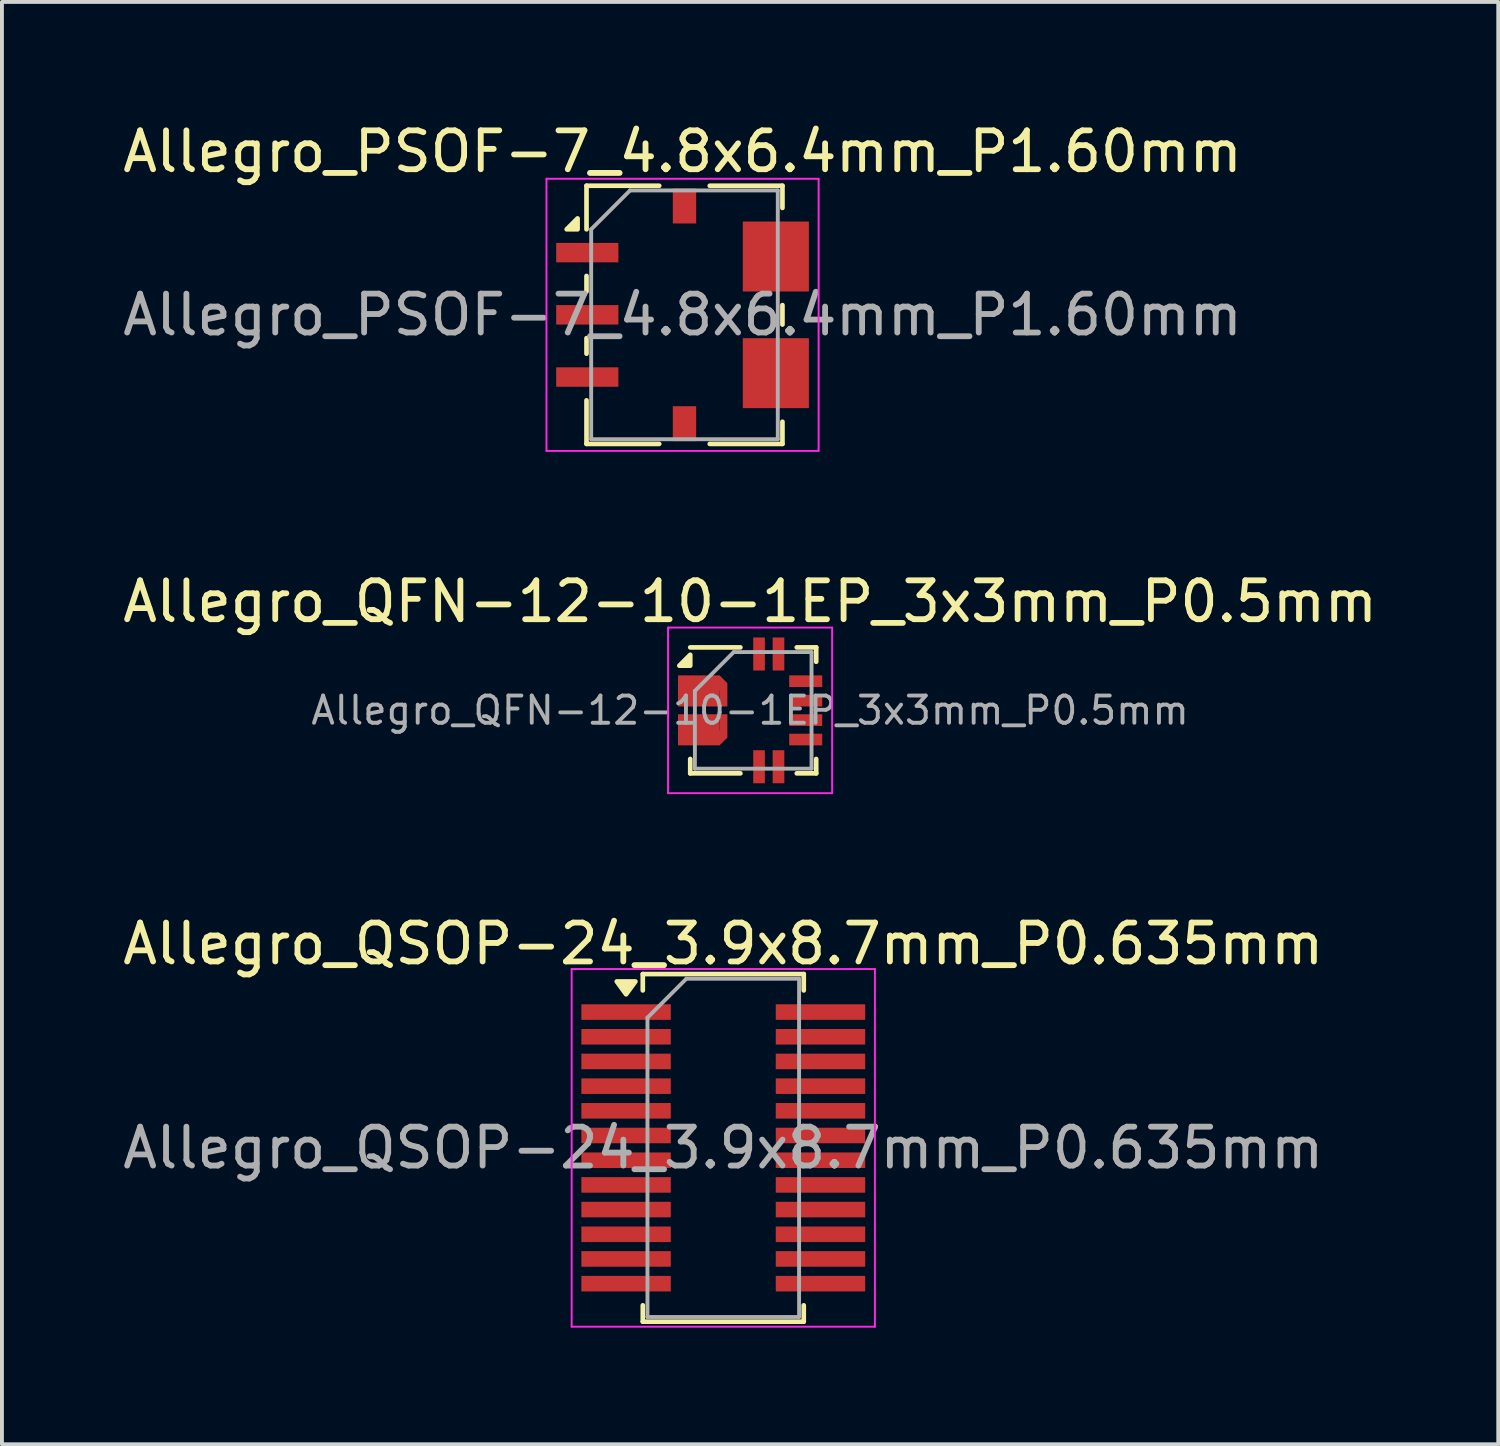
<source format=kicad_pcb>
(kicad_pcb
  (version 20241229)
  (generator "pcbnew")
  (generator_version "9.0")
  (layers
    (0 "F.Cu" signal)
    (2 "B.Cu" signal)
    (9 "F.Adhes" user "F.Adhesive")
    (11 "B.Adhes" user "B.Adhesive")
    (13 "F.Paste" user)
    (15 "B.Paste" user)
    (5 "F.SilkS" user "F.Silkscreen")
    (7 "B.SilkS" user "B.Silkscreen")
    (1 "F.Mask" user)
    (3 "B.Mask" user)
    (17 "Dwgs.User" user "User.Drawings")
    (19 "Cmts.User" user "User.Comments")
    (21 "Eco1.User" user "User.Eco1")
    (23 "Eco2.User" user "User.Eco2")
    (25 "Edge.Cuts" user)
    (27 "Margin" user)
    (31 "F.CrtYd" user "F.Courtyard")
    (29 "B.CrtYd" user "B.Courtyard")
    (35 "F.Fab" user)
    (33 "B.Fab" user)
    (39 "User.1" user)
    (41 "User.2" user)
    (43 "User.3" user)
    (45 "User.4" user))
  (footprint "Allegro_QSOP-24_3.9x8.7mm_P0.635mm"
    (layer "F.Cu")
    (at 15.554 26.475)
    (property "Reference" "Allegro_QSOP-24_3.9x8.7mm_P0.635mm" (at 0 -5.25 0) (layer "F.SilkS") (effects (font (size 1 1) (thickness 0.15))))
    (attr smd)
    (fp_line (start -2.07 -4.47) (end -2.07 -4.05) (stroke (width 0.12) (type solid)) (layer "F.SilkS"))
    (fp_line (start -2.07 -4.47) (end 2.07 -4.47) (stroke (width 0.12) (type solid)) (layer "F.SilkS"))
    (fp_line (start -2.07 4.47) (end -2.07 4.05) (stroke (width 0.12) (type solid)) (layer "F.SilkS"))
    (fp_line (start -2.07 4.47) (end 2.07 4.47) (stroke (width 0.12) (type solid)) (layer "F.SilkS"))
    (fp_line (start 2.07 -4.47) (end 2.07 -4.05) (stroke (width 0.12) (type solid)) (layer "F.SilkS"))
    (fp_line (start 2.07 4.47) (end 2.07 4.05) (stroke (width 0.12) (type solid)) (layer "F.SilkS"))
    (fp_poly (pts (xy -2.5 -3.95) (xy -2.74 -4.28) (xy -2.26 -4.28) (xy -2.5 -3.95)) (stroke (width 0.12) (type solid)) (fill yes) (layer "F.SilkS"))
    (fp_line (start -3.9 -4.6) (end -3.9 4.6) (stroke (width 0.05) (type solid)) (layer "F.CrtYd"))
    (fp_line (start -3.9 -4.6) (end 3.9 -4.6) (stroke (width 0.05) (type solid)) (layer "F.CrtYd"))
    (fp_line (start -3.9 4.6) (end 3.9 4.6) (stroke (width 0.05) (type solid)) (layer "F.CrtYd"))
    (fp_line (start 3.9 -4.6) (end 3.9 4.6) (stroke (width 0.05) (type solid)) (layer "F.CrtYd"))
    (fp_line (start -1.95 -3.35) (end -0.95 -4.35) (stroke (width 0.1) (type solid)) (layer "F.Fab"))
    (fp_line (start -1.95 4.35) (end -1.95 -3.35) (stroke (width 0.1) (type solid)) (layer "F.Fab"))
    (fp_line (start -0.95 -4.35) (end 1.95 -4.35) (stroke (width 0.1) (type solid)) (layer "F.Fab"))
    (fp_line (start 1.95 -4.35) (end 1.95 4.35) (stroke (width 0.1) (type solid)) (layer "F.Fab"))
    (fp_line (start 1.95 4.35) (end -1.95 4.35) (stroke (width 0.1) (type solid)) (layer "F.Fab"))
    (fp_text user "${REFERENCE}" (at 0 0 0) (layer "F.Fab") (effects (font (size 1 1) (thickness 0.15))))
    (pad "1" smd rect (at -2.5 -3.493) (size 2.3 0.4) (layers "F.Cu" "F.Mask" "F.Paste"))
    (pad "2" smd rect (at -2.5 -2.857) (size 2.3 0.4) (layers "F.Cu" "F.Mask" "F.Paste"))
    (pad "3" smd rect (at -2.5 -2.223) (size 2.3 0.4) (layers "F.Cu" "F.Mask" "F.Paste"))
    (pad "4" smd rect (at -2.5 -1.587) (size 2.3 0.4) (layers "F.Cu" "F.Mask" "F.Paste"))
    (pad "5" smd rect (at -2.5 -0.953) (size 2.3 0.4) (layers "F.Cu" "F.Mask" "F.Paste"))
    (pad "6" smd rect (at -2.5 -0.318) (size 2.3 0.4) (layers "F.Cu" "F.Mask" "F.Paste"))
    (pad "7" smd rect (at -2.5 0.318) (size 2.3 0.4) (layers "F.Cu" "F.Mask" "F.Paste"))
    (pad "8" smd rect (at -2.5 0.953) (size 2.3 0.4) (layers "F.Cu" "F.Mask" "F.Paste"))
    (pad "9" smd rect (at -2.5 1.587) (size 2.3 0.4) (layers "F.Cu" "F.Mask" "F.Paste"))
    (pad "10" smd rect (at -2.5 2.223) (size 2.3 0.4) (layers "F.Cu" "F.Mask" "F.Paste"))
    (pad "11" smd rect (at -2.5 2.857) (size 2.3 0.4) (layers "F.Cu" "F.Mask" "F.Paste"))
    (pad "12" smd rect (at -2.5 3.493) (size 2.3 0.4) (layers "F.Cu" "F.Mask" "F.Paste"))
    (pad "13" smd rect (at 2.5 3.493) (size 2.3 0.4) (layers "F.Cu" "F.Mask" "F.Paste"))
    (pad "14" smd rect (at 2.5 2.857) (size 2.3 0.4) (layers "F.Cu" "F.Mask" "F.Paste"))
    (pad "15" smd rect (at 2.5 2.223) (size 2.3 0.4) (layers "F.Cu" "F.Mask" "F.Paste"))
    (pad "16" smd rect (at 2.5 1.587) (size 2.3 0.4) (layers "F.Cu" "F.Mask" "F.Paste"))
    (pad "17" smd rect (at 2.5 0.953) (size 2.3 0.4) (layers "F.Cu" "F.Mask" "F.Paste"))
    (pad "18" smd rect (at 2.5 0.318) (size 2.3 0.4) (layers "F.Cu" "F.Mask" "F.Paste"))
    (pad "19" smd rect (at 2.5 -0.318) (size 2.3 0.4) (layers "F.Cu" "F.Mask" "F.Paste"))
    (pad "20" smd rect (at 2.5 -0.953) (size 2.3 0.4) (layers "F.Cu" "F.Mask" "F.Paste"))
    (pad "21" smd rect (at 2.5 -1.587) (size 2.3 0.4) (layers "F.Cu" "F.Mask" "F.Paste"))
    (pad "22" smd rect (at 2.5 -2.223) (size 2.3 0.4) (layers "F.Cu" "F.Mask" "F.Paste"))
    (pad "23" smd rect (at 2.5 -2.857) (size 2.3 0.4) (layers "F.Cu" "F.Mask" "F.Paste"))
    (pad "24" smd rect (at 2.5 -3.493) (size 2.3 0.4) (layers "F.Cu" "F.Mask" "F.Paste")))
  (footprint "Allegro_QFN-12-10-1EP_3x3mm_P0.5mm"
    (layer "F.Cu")
    (at 16.244 15.222)
    (property "Reference" "Allegro_QFN-12-10-1EP_3x3mm_P0.5mm" (at 0 -2.8 0) (layer "F.SilkS") (effects (font (size 1 1) (thickness 0.15))))
    (attr smd)
    (fp_line (start -1.54 -1.62) (end -0.25 -1.62) (stroke (width 0.12) (type solid)) (layer "F.SilkS"))
    (fp_line (start -1.54 1.25) (end -1.54 1.62) (stroke (width 0.12) (type solid)) (layer "F.SilkS"))
    (fp_line (start -1.54 1.62) (end -0.25 1.62) (stroke (width 0.12) (type solid)) (layer "F.SilkS"))
    (fp_line (start 1.7 -1.62) (end 1.2 -1.62) (stroke (width 0.12) (type solid)) (layer "F.SilkS"))
    (fp_line (start 1.7 -1.62) (end 1.7 -1.25) (stroke (width 0.12) (type solid)) (layer "F.SilkS"))
    (fp_line (start 1.7 1.25) (end 1.7 1.62) (stroke (width 0.12) (type solid)) (layer "F.SilkS"))
    (fp_line (start 1.7 1.62) (end 1.2 1.62) (stroke (width 0.12) (type solid)) (layer "F.SilkS"))
    (fp_poly (pts (xy -1.54 -1.15) (xy -1.82 -1.15) (xy -1.54 -1.43) (xy -1.54 -1.15)) (stroke (width 0.12) (type solid)) (fill yes) (layer "F.SilkS"))
    (fp_line (start -2.11 -2.13) (end -2.11 2.13) (stroke (width 0.05) (type solid)) (layer "F.CrtYd"))
    (fp_line (start -2.11 2.13) (end 2.11 2.13) (stroke (width 0.05) (type solid)) (layer "F.CrtYd"))
    (fp_line (start 2.11 -2.13) (end -2.11 -2.13) (stroke (width 0.05) (type solid)) (layer "F.CrtYd"))
    (fp_line (start 2.11 2.13) (end 2.11 -2.13) (stroke (width 0.05) (type solid)) (layer "F.CrtYd"))
    (fp_line (start -1.42 -0.5) (end -0.42 -1.5) (stroke (width 0.1) (type solid)) (layer "F.Fab"))
    (fp_line (start -1.42 1.5) (end -1.42 -0.5) (stroke (width 0.1) (type solid)) (layer "F.Fab"))
    (fp_line (start -0.42 -1.5) (end 1.58 -1.5) (stroke (width 0.1) (type solid)) (layer "F.Fab"))
    (fp_line (start 1.58 -1.5) (end 1.58 1.5) (stroke (width 0.1) (type solid)) (layer "F.Fab"))
    (fp_line (start 1.58 1.5) (end -1.42 1.5) (stroke (width 0.1) (type solid)) (layer "F.Fab"))
    (fp_text user "${REFERENCE}" (at 0 0 0) (layer "F.Fab") (effects (font (size 0.7 0.7) (thickness 0.1))))
    (pad "1" smd rect (at -1.32 -0.5) (size 1.07 0.8) (layers "F.Cu" "F.Mask" "F.Paste"))
    (pad "1" smd rect (at -0.785 -0.7 45) (size 0.283 0.283) (layers "F.Cu" "F.Mask" "F.Paste"))
    (pad "1" smd rect (at -0.685 -0.4) (size 0.2 0.6) (layers "F.Cu" "F.Mask" "F.Paste"))
    (pad "2" smd rect (at -1.32 0.5) (size 1.07 0.8) (layers "F.Cu" "F.Mask" "F.Paste"))
    (pad "2" smd rect (at -0.785 0.7 45) (size 0.283 0.283) (layers "F.Cu" "F.Mask" "F.Paste"))
    (pad "2" smd rect (at -0.685 0.4) (size 0.2 0.6) (layers "F.Cu" "F.Mask" "F.Paste"))
    (pad "3" smd rect (at 0.23 1.45) (size 0.3 0.85) (layers "F.Cu" "F.Mask" "F.Paste"))
    (pad "4" smd rect (at 0.73 1.45) (size 0.3 0.85) (layers "F.Cu" "F.Mask" "F.Paste"))
    (pad "5" smd rect (at 1.43 0.75) (size 0.85 0.3) (layers "F.Cu" "F.Mask" "F.Paste"))
    (pad "6" smd rect (at 1.43 0.25) (size 0.85 0.3) (layers "F.Cu" "F.Mask" "F.Paste"))
    (pad "7" smd rect (at 1.43 -0.25) (size 0.85 0.3) (layers "F.Cu" "F.Mask" "F.Paste"))
    (pad "8" smd rect (at 1.43 -0.75) (size 0.85 0.3) (layers "F.Cu" "F.Mask" "F.Paste"))
    (pad "9" smd rect (at 0.73 -1.45) (size 0.3 0.85) (layers "F.Cu" "F.Mask" "F.Paste"))
    (pad "10" smd rect (at 0.23 -1.45) (size 0.3 0.85) (layers "F.Cu" "F.Mask" "F.Paste")))
  (footprint "Allegro_PSOF-7_4.8x6.4mm_P1.60mm"
    (layer "F.Cu")
    (at 14.506 5.048)
    (property "Reference" "Allegro_PSOF-7_4.8x6.4mm_P1.60mm" (at 0 -4.2 0) (layer "F.SilkS") (effects (font (size 1 1) (thickness 0.15))))
    (attr smd)
    (fp_line (start -2.47 -3.32) (end -2.47 -2.2) (stroke (width 0.12) (type solid)) (layer "F.SilkS"))
    (fp_line (start -2.47 -0.6) (end -2.47 -1) (stroke (width 0.12) (type solid)) (layer "F.SilkS"))
    (fp_line (start -2.47 0.6) (end -2.47 1) (stroke (width 0.12) (type solid)) (layer "F.SilkS"))
    (fp_line (start -2.47 3.32) (end -2.47 2.2) (stroke (width 0.12) (type solid)) (layer "F.SilkS"))
    (fp_line (start -0.6 -3.32) (end -2.47 -3.32) (stroke (width 0.12) (type solid)) (layer "F.SilkS"))
    (fp_line (start -0.6 3.32) (end -2.47 3.32) (stroke (width 0.12) (type solid)) (layer "F.SilkS"))
    (fp_line (start 2.57 -3.32) (end 0.7 -3.32) (stroke (width 0.12) (type solid)) (layer "F.SilkS"))
    (fp_line (start 2.57 -3.32) (end 2.57 -2.75) (stroke (width 0.12) (type solid)) (layer "F.SilkS"))
    (fp_line (start 2.57 0.25) (end 2.57 -0.25) (stroke (width 0.12) (type solid)) (layer "F.SilkS"))
    (fp_line (start 2.57 3.32) (end 0.7 3.32) (stroke (width 0.12) (type solid)) (layer "F.SilkS"))
    (fp_line (start 2.57 3.32) (end 2.57 2.75) (stroke (width 0.12) (type solid)) (layer "F.SilkS"))
    (fp_poly (pts (xy -2.7 -2.2) (xy -2.98 -2.2) (xy -2.7 -2.48) (xy -2.7 -2.2)) (stroke (width 0.12) (type solid)) (fill yes) (layer "F.SilkS"))
    (fp_line (start -3.5 -3.5) (end 3.5 -3.5) (stroke (width 0.05) (type solid)) (layer "F.CrtYd"))
    (fp_line (start -3.5 3.5) (end -3.5 -3.5) (stroke (width 0.05) (type solid)) (layer "F.CrtYd"))
    (fp_line (start 3.5 -3.5) (end 3.5 3.5) (stroke (width 0.05) (type solid)) (layer "F.CrtYd"))
    (fp_line (start 3.5 3.5) (end -3.5 3.5) (stroke (width 0.05) (type solid)) (layer "F.CrtYd"))
    (fp_line (start -2.35 3.2) (end -2.35 -2.2) (stroke (width 0.1) (type solid)) (layer "F.Fab"))
    (fp_line (start -1.35 -3.2) (end -2.35 -2.2) (stroke (width 0.1) (type solid)) (layer "F.Fab"))
    (fp_line (start -1.35 -3.2) (end 2.45 -3.2) (stroke (width 0.1) (type solid)) (layer "F.Fab"))
    (fp_line (start 2.45 -3.2) (end 2.45 3.2) (stroke (width 0.1) (type solid)) (layer "F.Fab"))
    (fp_line (start 2.45 3.2) (end -2.35 3.2) (stroke (width 0.1) (type solid)) (layer "F.Fab"))
    (fp_text user "${REFERENCE}" (at 0 0 0) (layer "F.Fab") (effects (font (size 1 1) (thickness 0.15))))
    (pad "1" smd rect (at -2.45 -1.6) (size 1.6 0.5) (layers "F.Cu" "F.Mask" "F.Paste"))
    (pad "2" smd rect (at -2.45 0) (size 1.6 0.5) (layers "F.Cu" "F.Mask" "F.Paste"))
    (pad "3" smd rect (at -2.45 1.6) (size 1.6 0.5) (layers "F.Cu" "F.Mask" "F.Paste"))
    (pad "4" smd rect (at 0.05 2.8) (size 0.6 0.9) (layers "F.Cu" "F.Mask" "F.Paste"))
    (pad "5" smd rect (at 2.4 1.5) (size 1.7 1.8) (layers "F.Cu" "F.Mask" "F.Paste"))
    (pad "6" smd rect (at 2.4 -1.5) (size 1.7 1.8) (layers "F.Cu" "F.Mask" "F.Paste"))
    (pad "7" smd rect (at 0.05 -2.8) (size 0.6 0.9) (layers "F.Cu" "F.Mask" "F.Paste")))
  (gr_rect
    (start -3 -3)
    (end 35.488 34.1)
    (stroke (width 0.1) (type default))
    (fill no)
    (layer "Edge.Cuts")))
</source>
